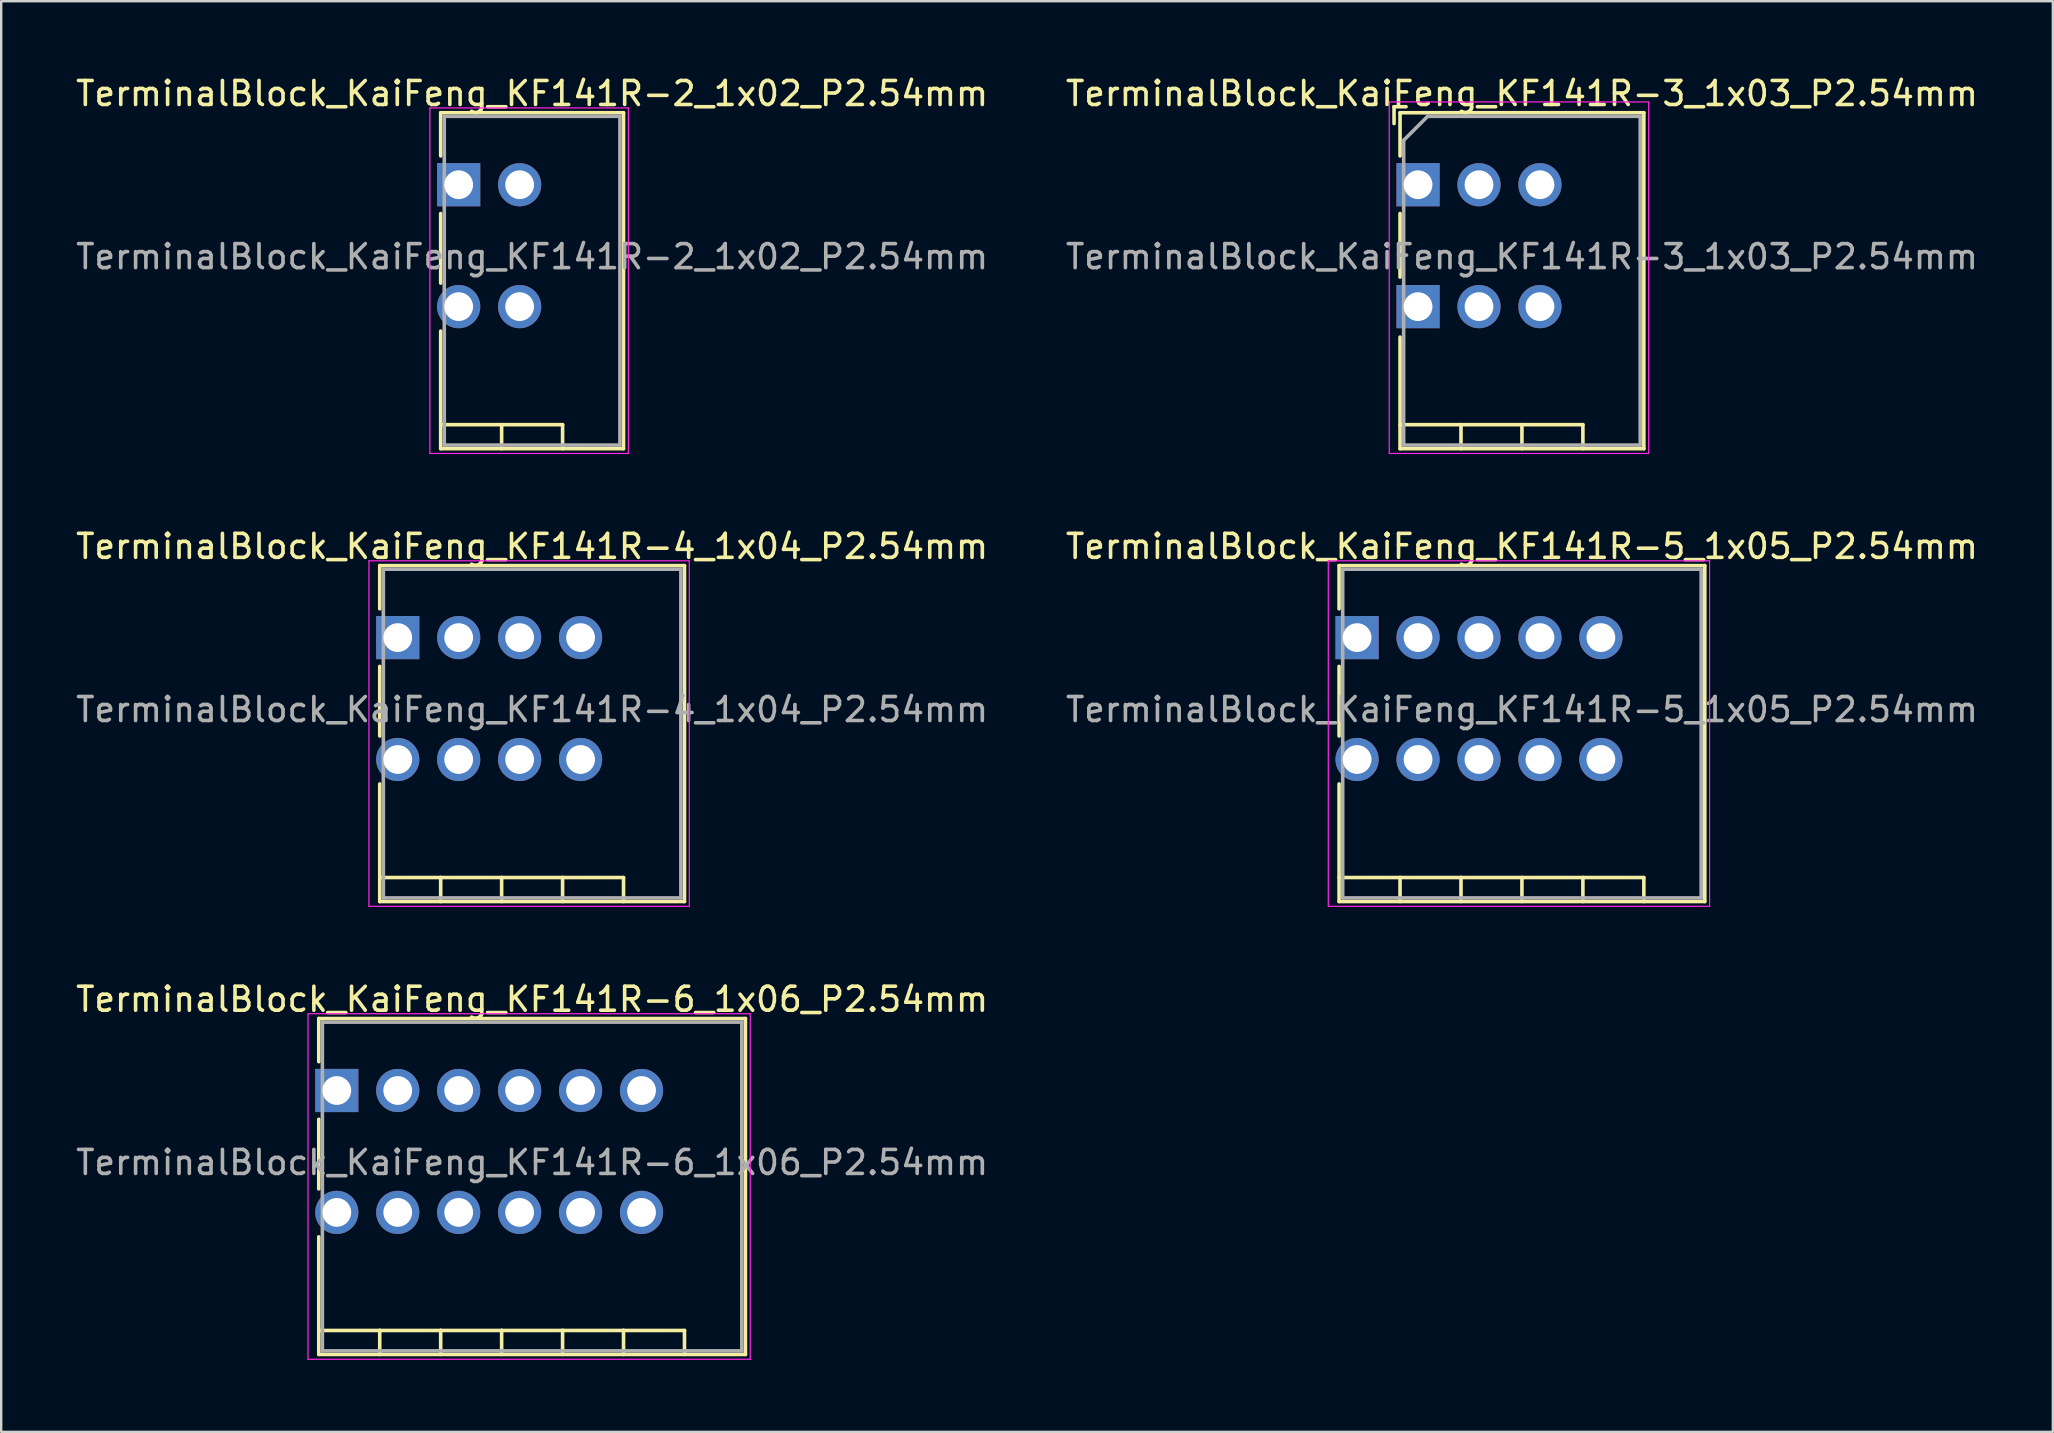
<source format=kicad_pcb>
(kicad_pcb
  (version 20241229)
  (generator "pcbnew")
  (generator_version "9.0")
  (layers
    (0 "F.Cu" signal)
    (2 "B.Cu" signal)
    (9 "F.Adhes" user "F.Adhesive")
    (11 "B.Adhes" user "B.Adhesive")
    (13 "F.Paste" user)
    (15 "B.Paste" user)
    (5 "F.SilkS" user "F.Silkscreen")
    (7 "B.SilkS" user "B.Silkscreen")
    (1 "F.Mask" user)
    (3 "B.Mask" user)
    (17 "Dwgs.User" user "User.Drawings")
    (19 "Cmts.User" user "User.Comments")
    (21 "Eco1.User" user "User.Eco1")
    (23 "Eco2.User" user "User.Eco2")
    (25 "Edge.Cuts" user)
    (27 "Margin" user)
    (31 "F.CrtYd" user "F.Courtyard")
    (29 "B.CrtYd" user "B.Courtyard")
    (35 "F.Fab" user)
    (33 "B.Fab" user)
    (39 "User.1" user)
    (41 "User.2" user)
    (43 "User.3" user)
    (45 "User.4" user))
  (footprint "TerminalBlock_KaiFeng_KF141R-3_1x03_P2.54mm"
    (layer "F.Cu")
    (at 56.045 4.648)
    (property "Reference" "TerminalBlock_KaiFeng_KF141R-3_1x03_P2.54mm" (at 4.33 -3.8 0) (layer "F.SilkS") (effects (font (size 1 1) (thickness 0.15))))
    (attr through_hole)
    (fp_line (start -1 -3.25) (end -1 -2.55) (stroke (width 0.15) (type solid)) (layer "F.SilkS"))
    (fp_line (start -1 -3.25) (end -0.5 -3.25) (stroke (width 0.15) (type solid)) (layer "F.SilkS"))
    (fp_line (start -0.75 -3) (end -0.75 -1.2) (stroke (width 0.15) (type solid)) (layer "F.SilkS"))
    (fp_line (start -0.75 -3) (end 9.41 -3) (stroke (width 0.15) (type solid)) (layer "F.SilkS"))
    (fp_line (start -0.75 3.85) (end -0.75 1.2) (stroke (width 0.15) (type solid)) (layer "F.SilkS"))
    (fp_line (start -0.75 6.35) (end -0.75 11) (stroke (width 0.15) (type solid)) (layer "F.SilkS"))
    (fp_line (start -0.75 10) (end 1.79 10) (stroke (width 0.15) (type solid)) (layer "F.SilkS"))
    (fp_line (start -0.75 11) (end 9.41 11) (stroke (width 0.15) (type solid)) (layer "F.SilkS"))
    (fp_line (start 1.79 10) (end 1.79 11) (stroke (width 0.15) (type solid)) (layer "F.SilkS"))
    (fp_line (start 1.79 10) (end 4.33 10) (stroke (width 0.15) (type solid)) (layer "F.SilkS"))
    (fp_line (start 4.33 10) (end 4.33 11) (stroke (width 0.15) (type solid)) (layer "F.SilkS"))
    (fp_line (start 4.33 10) (end 6.87 10) (stroke (width 0.15) (type solid)) (layer "F.SilkS"))
    (fp_line (start 6.87 10) (end 6.87 11) (stroke (width 0.15) (type solid)) (layer "F.SilkS"))
    (fp_line (start 9.41 -3) (end 9.41 11) (stroke (width 0.15) (type solid)) (layer "F.SilkS"))
    (fp_line (start -1.2 -3.45) (end -1.2 11.2) (stroke (width 0.05) (type solid)) (layer "F.CrtYd"))
    (fp_line (start -1.2 -3.45) (end 9.61 -3.45) (stroke (width 0.05) (type solid)) (layer "F.CrtYd"))
    (fp_line (start 9.61 -3.45) (end 9.61 11.2) (stroke (width 0.05) (type solid)) (layer "F.CrtYd"))
    (fp_line (start 9.61 11.2) (end -1.2 11.2) (stroke (width 0.05) (type solid)) (layer "F.CrtYd"))
    (fp_line (start -0.6 -1.85) (end 0.4 -2.85) (stroke (width 0.15) (type solid)) (layer "F.Fab"))
    (fp_line (start -0.6 10.85) (end -0.6 -1.85) (stroke (width 0.15) (type solid)) (layer "F.Fab"))
    (fp_line (start 0.4 -2.85) (end 9.26 -2.85) (stroke (width 0.15) (type solid)) (layer "F.Fab"))
    (fp_line (start 9.26 -2.85) (end 9.26 10.85) (stroke (width 0.15) (type solid)) (layer "F.Fab"))
    (fp_line (start 9.26 10.85) (end -0.6 10.85) (stroke (width 0.15) (type solid)) (layer "F.Fab"))
    (fp_text user "${REFERENCE}" (at 4.33 3 0) (layer "F.Fab") (effects (font (size 1 1) (thickness 0.15))))
    (pad "1" thru_hole rect (at 0 0) (size 1.8 1.8) (drill 1.2) (layers "*.Cu" "*.Mask"))
    (pad "1" thru_hole rect (at 0 5.08) (size 1.8 1.8) (drill 1.2) (layers "*.Cu" "*.Mask"))
    (pad "2" thru_hole circle (at 2.54 0) (size 1.8 1.8) (drill 1.2) (layers "*.Cu" "*.Mask"))
    (pad "2" thru_hole circle (at 2.54 5.08) (size 1.8 1.8) (drill 1.2) (layers "*.Cu" "*.Mask"))
    (pad "3" thru_hole circle (at 5.08 0) (size 1.8 1.8) (drill 1.2) (layers "*.Cu" "*.Mask"))
    (pad "3" thru_hole circle (at 5.08 5.08) (size 1.8 1.8) (drill 1.2) (layers "*.Cu" "*.Mask")))
  (footprint "TerminalBlock_KaiFeng_KF141R-2_1x02_P2.54mm"
    (layer "F.Cu")
    (at 16.065 4.648)
    (property "Reference" "TerminalBlock_KaiFeng_KF141R-2_1x02_P2.54mm" (at 3.06 -3.8 0) (layer "F.SilkS") (effects (font (size 1 1) (thickness 0.15))))
    (attr through_hole)
    (fp_line (start -0.75 -3) (end -0.75 -1.2) (stroke (width 0.15) (type solid)) (layer "F.SilkS"))
    (fp_line (start -0.75 -3) (end 6.87 -3) (stroke (width 0.15) (type solid)) (layer "F.SilkS"))
    (fp_line (start -0.75 4.1) (end -0.75 1.2) (stroke (width 0.15) (type solid)) (layer "F.SilkS"))
    (fp_line (start -0.75 6.1) (end -0.75 11) (stroke (width 0.15) (type solid)) (layer "F.SilkS"))
    (fp_line (start -0.75 10) (end 1.79 10) (stroke (width 0.15) (type solid)) (layer "F.SilkS"))
    (fp_line (start -0.75 11) (end 6.87 11) (stroke (width 0.15) (type solid)) (layer "F.SilkS"))
    (fp_line (start 1.79 10) (end 1.79 11) (stroke (width 0.15) (type solid)) (layer "F.SilkS"))
    (fp_line (start 1.79 10) (end 4.33 10) (stroke (width 0.15) (type solid)) (layer "F.SilkS"))
    (fp_line (start 4.33 10) (end 4.33 11) (stroke (width 0.15) (type solid)) (layer "F.SilkS"))
    (fp_line (start 6.87 -3) (end 6.87 11) (stroke (width 0.15) (type solid)) (layer "F.SilkS"))
    (fp_line (start -1.2 -3.2) (end -1.2 11.2) (stroke (width 0.05) (type solid)) (layer "F.CrtYd"))
    (fp_line (start -1.2 -3.2) (end 7.07 -3.2) (stroke (width 0.05) (type solid)) (layer "F.CrtYd"))
    (fp_line (start 7.07 -3.2) (end 7.07 11.2) (stroke (width 0.05) (type solid)) (layer "F.CrtYd"))
    (fp_line (start 7.07 11.2) (end -1.2 11.2) (stroke (width 0.05) (type solid)) (layer "F.CrtYd"))
    (fp_line (start -0.6 -2.85) (end 6.72 -2.85) (stroke (width 0.15) (type solid)) (layer "F.Fab"))
    (fp_line (start -0.6 10.85) (end -0.6 -2.85) (stroke (width 0.15) (type solid)) (layer "F.Fab"))
    (fp_line (start 6.72 -2.85) (end 6.72 10.85) (stroke (width 0.15) (type solid)) (layer "F.Fab"))
    (fp_line (start 6.72 10.85) (end -0.6 10.85) (stroke (width 0.15) (type solid)) (layer "F.Fab"))
    (fp_text user "${REFERENCE}" (at 3.06 3 0) (layer "F.Fab") (effects (font (size 1 1) (thickness 0.15))))
    (pad "1" thru_hole rect (at 0 0) (size 1.8 1.8) (drill 1.2) (layers "*.Cu" "*.Mask"))
    (pad "1" thru_hole circle (at 0 5.08) (size 1.8 1.8) (drill 1.2) (layers "*.Cu" "*.Mask"))
    (pad "2" thru_hole circle (at 2.54 0) (size 1.8 1.8) (drill 1.2) (layers "*.Cu" "*.Mask"))
    (pad "2" thru_hole circle (at 2.54 5.08) (size 1.8 1.8) (drill 1.2) (layers "*.Cu" "*.Mask")))
  (footprint "TerminalBlock_KaiFeng_KF141R-4_1x04_P2.54mm"
    (layer "F.Cu")
    (at 13.525 23.521)
    (property "Reference" "TerminalBlock_KaiFeng_KF141R-4_1x04_P2.54mm" (at 5.6 -3.8 0) (layer "F.SilkS") (effects (font (size 1 1) (thickness 0.15))))
    (attr through_hole)
    (fp_line (start -0.75 -3) (end -0.75 -1.2) (stroke (width 0.15) (type solid)) (layer "F.SilkS"))
    (fp_line (start -0.75 -3) (end 11.95 -3) (stroke (width 0.15) (type solid)) (layer "F.SilkS"))
    (fp_line (start -0.75 4.1) (end -0.75 1.2) (stroke (width 0.15) (type solid)) (layer "F.SilkS"))
    (fp_line (start -0.75 6.1) (end -0.75 11) (stroke (width 0.15) (type solid)) (layer "F.SilkS"))
    (fp_line (start -0.75 10) (end 1.79 10) (stroke (width 0.15) (type solid)) (layer "F.SilkS"))
    (fp_line (start -0.75 11) (end 11.95 11) (stroke (width 0.15) (type solid)) (layer "F.SilkS"))
    (fp_line (start 1.79 10) (end 1.79 11) (stroke (width 0.15) (type solid)) (layer "F.SilkS"))
    (fp_line (start 1.79 10) (end 4.33 10) (stroke (width 0.15) (type solid)) (layer "F.SilkS"))
    (fp_line (start 4.33 10) (end 4.33 11) (stroke (width 0.15) (type solid)) (layer "F.SilkS"))
    (fp_line (start 4.33 10) (end 6.87 10) (stroke (width 0.15) (type solid)) (layer "F.SilkS"))
    (fp_line (start 6.87 10) (end 6.87 11) (stroke (width 0.15) (type solid)) (layer "F.SilkS"))
    (fp_line (start 6.87 10) (end 9.41 10) (stroke (width 0.15) (type solid)) (layer "F.SilkS"))
    (fp_line (start 9.41 10) (end 9.41 11) (stroke (width 0.15) (type solid)) (layer "F.SilkS"))
    (fp_line (start 11.95 -3) (end 11.95 11) (stroke (width 0.15) (type solid)) (layer "F.SilkS"))
    (fp_line (start -1.2 -3.2) (end -1.2 11.2) (stroke (width 0.05) (type solid)) (layer "F.CrtYd"))
    (fp_line (start -1.2 -3.2) (end 12.15 -3.2) (stroke (width 0.05) (type solid)) (layer "F.CrtYd"))
    (fp_line (start 12.15 -3.2) (end 12.15 11.2) (stroke (width 0.05) (type solid)) (layer "F.CrtYd"))
    (fp_line (start 12.15 11.2) (end -1.2 11.2) (stroke (width 0.05) (type solid)) (layer "F.CrtYd"))
    (fp_line (start -0.6 -2.85) (end 11.8 -2.85) (stroke (width 0.15) (type solid)) (layer "F.Fab"))
    (fp_line (start -0.6 10.85) (end -0.6 -2.85) (stroke (width 0.15) (type solid)) (layer "F.Fab"))
    (fp_line (start 11.8 -2.85) (end 11.8 10.85) (stroke (width 0.15) (type solid)) (layer "F.Fab"))
    (fp_line (start 11.8 10.85) (end -0.6 10.85) (stroke (width 0.15) (type solid)) (layer "F.Fab"))
    (fp_text user "${REFERENCE}" (at 5.6 3 0) (layer "F.Fab") (effects (font (size 1 1) (thickness 0.15))))
    (pad "1" thru_hole rect (at 0 0) (size 1.8 1.8) (drill 1.2) (layers "*.Cu" "*.Mask"))
    (pad "1" thru_hole circle (at 0 5.08) (size 1.8 1.8) (drill 1.2) (layers "*.Cu" "*.Mask"))
    (pad "2" thru_hole circle (at 2.54 0) (size 1.8 1.8) (drill 1.2) (layers "*.Cu" "*.Mask"))
    (pad "2" thru_hole circle (at 2.54 5.08) (size 1.8 1.8) (drill 1.2) (layers "*.Cu" "*.Mask"))
    (pad "3" thru_hole circle (at 5.08 0) (size 1.8 1.8) (drill 1.2) (layers "*.Cu" "*.Mask"))
    (pad "3" thru_hole circle (at 5.08 5.08) (size 1.8 1.8) (drill 1.2) (layers "*.Cu" "*.Mask"))
    (pad "4" thru_hole circle (at 7.62 0) (size 1.8 1.8) (drill 1.2) (layers "*.Cu" "*.Mask"))
    (pad "4" thru_hole circle (at 7.62 5.08) (size 1.8 1.8) (drill 1.2) (layers "*.Cu" "*.Mask")))
  (footprint "TerminalBlock_KaiFeng_KF141R-5_1x05_P2.54mm"
    (layer "F.Cu")
    (at 53.505 23.521)
    (property "Reference" "TerminalBlock_KaiFeng_KF141R-5_1x05_P2.54mm" (at 6.87 -3.8 0) (layer "F.SilkS") (effects (font (size 1 1) (thickness 0.15))))
    (attr through_hole)
    (fp_line (start -0.75 -3) (end -0.75 -1.2) (stroke (width 0.15) (type solid)) (layer "F.SilkS"))
    (fp_line (start -0.75 -3) (end 14.49 -3) (stroke (width 0.15) (type solid)) (layer "F.SilkS"))
    (fp_line (start -0.75 4.1) (end -0.75 1.2) (stroke (width 0.15) (type solid)) (layer "F.SilkS"))
    (fp_line (start -0.75 6.1) (end -0.75 11) (stroke (width 0.15) (type solid)) (layer "F.SilkS"))
    (fp_line (start -0.75 10) (end 1.79 10) (stroke (width 0.15) (type solid)) (layer "F.SilkS"))
    (fp_line (start -0.75 11) (end 14.49 11) (stroke (width 0.15) (type solid)) (layer "F.SilkS"))
    (fp_line (start 1.79 10) (end 1.79 11) (stroke (width 0.15) (type solid)) (layer "F.SilkS"))
    (fp_line (start 1.79 10) (end 4.33 10) (stroke (width 0.15) (type solid)) (layer "F.SilkS"))
    (fp_line (start 4.33 10) (end 4.33 11) (stroke (width 0.15) (type solid)) (layer "F.SilkS"))
    (fp_line (start 4.33 10) (end 6.87 10) (stroke (width 0.15) (type solid)) (layer "F.SilkS"))
    (fp_line (start 6.87 10) (end 6.87 11) (stroke (width 0.15) (type solid)) (layer "F.SilkS"))
    (fp_line (start 6.87 10) (end 9.41 10) (stroke (width 0.15) (type solid)) (layer "F.SilkS"))
    (fp_line (start 9.41 10) (end 9.41 11) (stroke (width 0.15) (type solid)) (layer "F.SilkS"))
    (fp_line (start 9.41 10) (end 11.95 10) (stroke (width 0.15) (type solid)) (layer "F.SilkS"))
    (fp_line (start 11.95 10) (end 11.95 11) (stroke (width 0.15) (type solid)) (layer "F.SilkS"))
    (fp_line (start 14.49 -3) (end 14.49 11) (stroke (width 0.15) (type solid)) (layer "F.SilkS"))
    (fp_line (start -1.2 -3.2) (end -1.2 11.2) (stroke (width 0.05) (type solid)) (layer "F.CrtYd"))
    (fp_line (start -1.2 -3.2) (end 14.69 -3.2) (stroke (width 0.05) (type solid)) (layer "F.CrtYd"))
    (fp_line (start 14.69 -3.2) (end 14.69 11.2) (stroke (width 0.05) (type solid)) (layer "F.CrtYd"))
    (fp_line (start 14.69 11.2) (end -1.2 11.2) (stroke (width 0.05) (type solid)) (layer "F.CrtYd"))
    (fp_line (start -0.6 -2.85) (end 14.34 -2.85) (stroke (width 0.15) (type solid)) (layer "F.Fab"))
    (fp_line (start -0.6 10.85) (end -0.6 -2.85) (stroke (width 0.15) (type solid)) (layer "F.Fab"))
    (fp_line (start 14.34 -2.85) (end 14.34 10.85) (stroke (width 0.15) (type solid)) (layer "F.Fab"))
    (fp_line (start 14.34 10.85) (end -0.6 10.85) (stroke (width 0.15) (type solid)) (layer "F.Fab"))
    (fp_text user "${REFERENCE}" (at 6.87 3 0) (layer "F.Fab") (effects (font (size 1 1) (thickness 0.15))))
    (pad "1" thru_hole rect (at 0 0) (size 1.8 1.8) (drill 1.2) (layers "*.Cu" "*.Mask"))
    (pad "1" thru_hole circle (at 0 5.08) (size 1.8 1.8) (drill 1.2) (layers "*.Cu" "*.Mask"))
    (pad "2" thru_hole circle (at 2.54 0) (size 1.8 1.8) (drill 1.2) (layers "*.Cu" "*.Mask"))
    (pad "2" thru_hole circle (at 2.54 5.08) (size 1.8 1.8) (drill 1.2) (layers "*.Cu" "*.Mask"))
    (pad "3" thru_hole circle (at 5.08 0) (size 1.8 1.8) (drill 1.2) (layers "*.Cu" "*.Mask"))
    (pad "3" thru_hole circle (at 5.08 5.08) (size 1.8 1.8) (drill 1.2) (layers "*.Cu" "*.Mask"))
    (pad "4" thru_hole circle (at 7.62 0) (size 1.8 1.8) (drill 1.2) (layers "*.Cu" "*.Mask"))
    (pad "4" thru_hole circle (at 7.62 5.08) (size 1.8 1.8) (drill 1.2) (layers "*.Cu" "*.Mask"))
    (pad "5" thru_hole circle (at 10.16 0) (size 1.8 1.8) (drill 1.2) (layers "*.Cu" "*.Mask"))
    (pad "5" thru_hole circle (at 10.16 5.08) (size 1.8 1.8) (drill 1.2) (layers "*.Cu" "*.Mask")))
  (footprint "TerminalBlock_KaiFeng_KF141R-6_1x06_P2.54mm"
    (layer "F.Cu")
    (at 10.985 42.395)
    (property "Reference" "TerminalBlock_KaiFeng_KF141R-6_1x06_P2.54mm" (at 8.14 -3.8 0) (layer "F.SilkS") (effects (font (size 1 1) (thickness 0.15))))
    (attr through_hole)
    (fp_line (start -0.75 -3) (end -0.75 -1.2) (stroke (width 0.15) (type solid)) (layer "F.SilkS"))
    (fp_line (start -0.75 -3) (end 17.03 -3) (stroke (width 0.15) (type solid)) (layer "F.SilkS"))
    (fp_line (start -0.75 4.1) (end -0.75 1.2) (stroke (width 0.15) (type solid)) (layer "F.SilkS"))
    (fp_line (start -0.75 6.1) (end -0.75 11) (stroke (width 0.15) (type solid)) (layer "F.SilkS"))
    (fp_line (start -0.75 10) (end 1.79 10) (stroke (width 0.15) (type solid)) (layer "F.SilkS"))
    (fp_line (start -0.75 11) (end 17.03 11) (stroke (width 0.15) (type solid)) (layer "F.SilkS"))
    (fp_line (start 1.79 10) (end 1.79 11) (stroke (width 0.15) (type solid)) (layer "F.SilkS"))
    (fp_line (start 1.79 10) (end 4.33 10) (stroke (width 0.15) (type solid)) (layer "F.SilkS"))
    (fp_line (start 4.33 10) (end 4.33 11) (stroke (width 0.15) (type solid)) (layer "F.SilkS"))
    (fp_line (start 4.33 10) (end 6.87 10) (stroke (width 0.15) (type solid)) (layer "F.SilkS"))
    (fp_line (start 6.87 10) (end 6.87 11) (stroke (width 0.15) (type solid)) (layer "F.SilkS"))
    (fp_line (start 6.87 10) (end 9.41 10) (stroke (width 0.15) (type solid)) (layer "F.SilkS"))
    (fp_line (start 9.41 10) (end 9.41 11) (stroke (width 0.15) (type solid)) (layer "F.SilkS"))
    (fp_line (start 9.41 10) (end 11.95 10) (stroke (width 0.15) (type solid)) (layer "F.SilkS"))
    (fp_line (start 11.95 10) (end 11.95 11) (stroke (width 0.15) (type solid)) (layer "F.SilkS"))
    (fp_line (start 11.95 10) (end 14.49 10) (stroke (width 0.15) (type solid)) (layer "F.SilkS"))
    (fp_line (start 14.49 10) (end 14.49 11) (stroke (width 0.15) (type solid)) (layer "F.SilkS"))
    (fp_line (start 17.03 -3) (end 17.03 11) (stroke (width 0.15) (type solid)) (layer "F.SilkS"))
    (fp_line (start -1.2 -3.2) (end -1.2 11.2) (stroke (width 0.05) (type solid)) (layer "F.CrtYd"))
    (fp_line (start -1.2 -3.2) (end 17.23 -3.2) (stroke (width 0.05) (type solid)) (layer "F.CrtYd"))
    (fp_line (start 17.23 -3.2) (end 17.23 11.2) (stroke (width 0.05) (type solid)) (layer "F.CrtYd"))
    (fp_line (start 17.23 11.2) (end -1.2 11.2) (stroke (width 0.05) (type solid)) (layer "F.CrtYd"))
    (fp_line (start -0.6 -2.85) (end 16.88 -2.85) (stroke (width 0.15) (type solid)) (layer "F.Fab"))
    (fp_line (start -0.6 10.85) (end -0.6 -2.85) (stroke (width 0.15) (type solid)) (layer "F.Fab"))
    (fp_line (start 16.88 -2.85) (end 16.88 10.85) (stroke (width 0.15) (type solid)) (layer "F.Fab"))
    (fp_line (start 16.88 10.85) (end -0.6 10.85) (stroke (width 0.15) (type solid)) (layer "F.Fab"))
    (fp_text user "${REFERENCE}" (at 8.14 3 0) (layer "F.Fab") (effects (font (size 1 1) (thickness 0.15))))
    (pad "1" thru_hole rect (at 0 0) (size 1.8 1.8) (drill 1.2) (layers "*.Cu" "*.Mask"))
    (pad "1" thru_hole circle (at 0 5.08) (size 1.8 1.8) (drill 1.2) (layers "*.Cu" "*.Mask"))
    (pad "2" thru_hole circle (at 2.54 0) (size 1.8 1.8) (drill 1.2) (layers "*.Cu" "*.Mask"))
    (pad "2" thru_hole circle (at 2.54 5.08) (size 1.8 1.8) (drill 1.2) (layers "*.Cu" "*.Mask"))
    (pad "3" thru_hole circle (at 5.08 0) (size 1.8 1.8) (drill 1.2) (layers "*.Cu" "*.Mask"))
    (pad "3" thru_hole circle (at 5.08 5.08) (size 1.8 1.8) (drill 1.2) (layers "*.Cu" "*.Mask"))
    (pad "4" thru_hole circle (at 7.62 0) (size 1.8 1.8) (drill 1.2) (layers "*.Cu" "*.Mask"))
    (pad "4" thru_hole circle (at 7.62 5.08) (size 1.8 1.8) (drill 1.2) (layers "*.Cu" "*.Mask"))
    (pad "5" thru_hole circle (at 10.16 0) (size 1.8 1.8) (drill 1.2) (layers "*.Cu" "*.Mask"))
    (pad "5" thru_hole circle (at 10.16 5.08) (size 1.8 1.8) (drill 1.2) (layers "*.Cu" "*.Mask"))
    (pad "6" thru_hole circle (at 12.7 0) (size 1.8 1.8) (drill 1.2) (layers "*.Cu" "*.Mask"))
    (pad "6" thru_hole circle (at 12.7 5.08) (size 1.8 1.8) (drill 1.2) (layers "*.Cu" "*.Mask")))
  (gr_rect
    (start -3 -3)
    (end 82.5 56.62)
    (stroke (width 0.1) (type default))
    (fill no)
    (layer "Edge.Cuts")))
</source>
